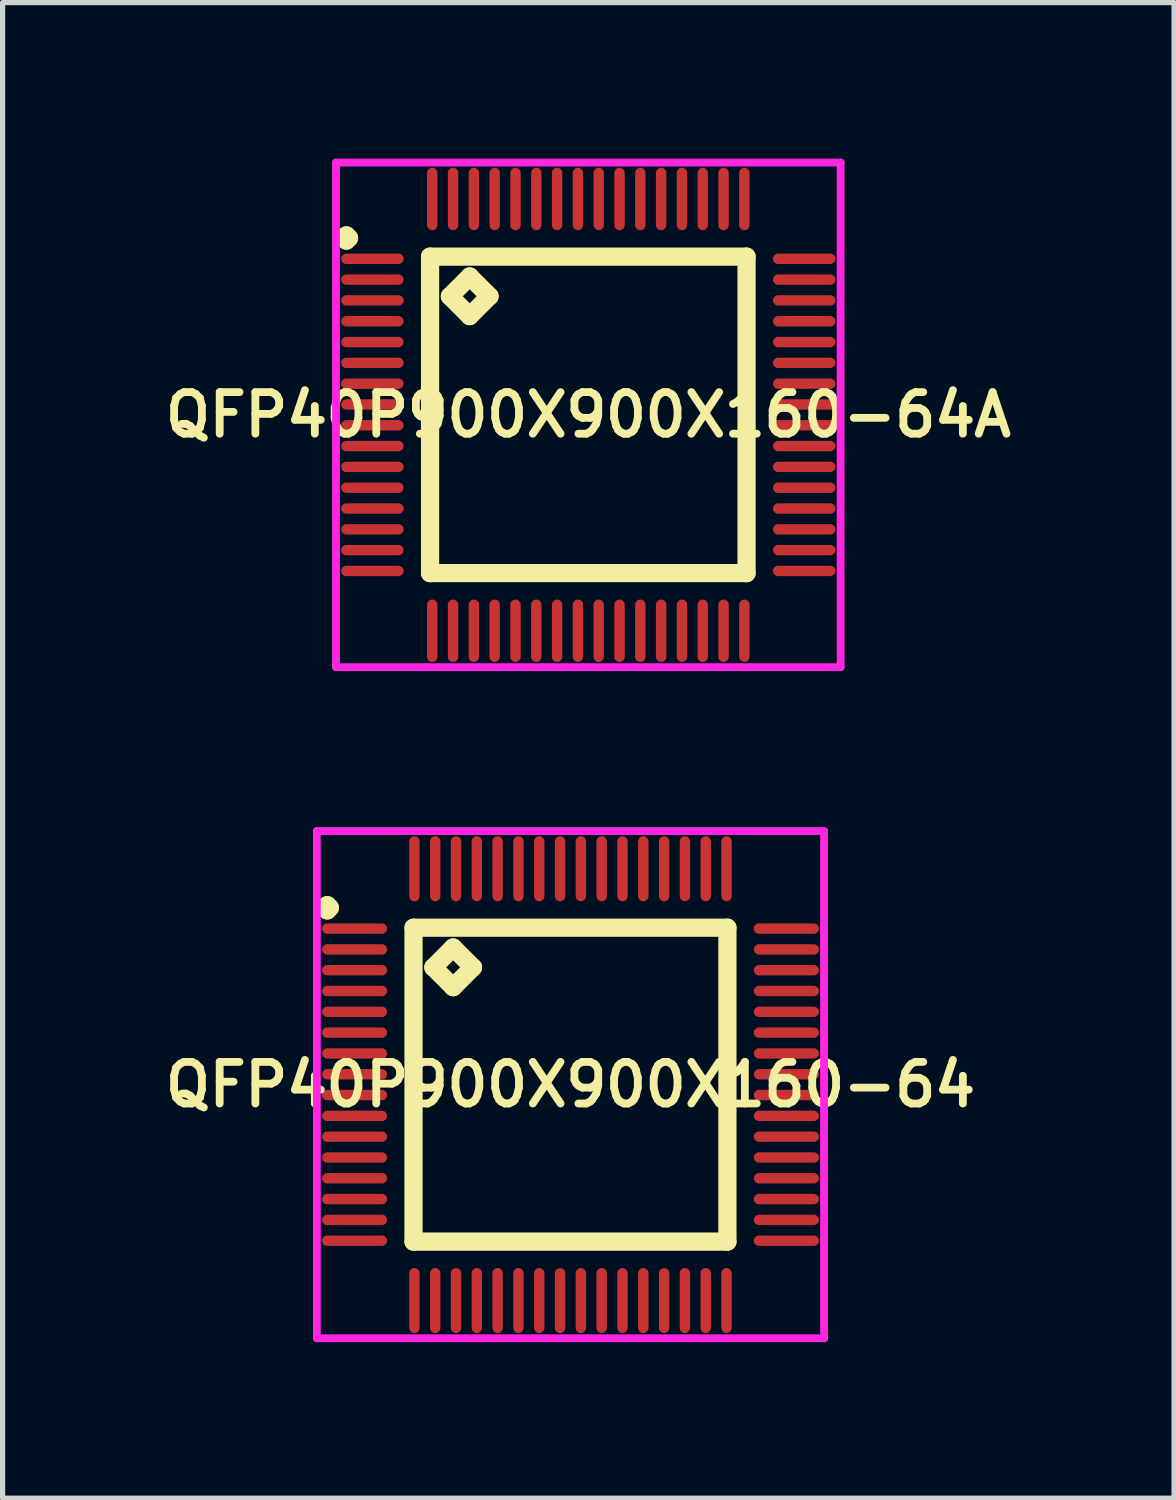
<source format=kicad_pcb>
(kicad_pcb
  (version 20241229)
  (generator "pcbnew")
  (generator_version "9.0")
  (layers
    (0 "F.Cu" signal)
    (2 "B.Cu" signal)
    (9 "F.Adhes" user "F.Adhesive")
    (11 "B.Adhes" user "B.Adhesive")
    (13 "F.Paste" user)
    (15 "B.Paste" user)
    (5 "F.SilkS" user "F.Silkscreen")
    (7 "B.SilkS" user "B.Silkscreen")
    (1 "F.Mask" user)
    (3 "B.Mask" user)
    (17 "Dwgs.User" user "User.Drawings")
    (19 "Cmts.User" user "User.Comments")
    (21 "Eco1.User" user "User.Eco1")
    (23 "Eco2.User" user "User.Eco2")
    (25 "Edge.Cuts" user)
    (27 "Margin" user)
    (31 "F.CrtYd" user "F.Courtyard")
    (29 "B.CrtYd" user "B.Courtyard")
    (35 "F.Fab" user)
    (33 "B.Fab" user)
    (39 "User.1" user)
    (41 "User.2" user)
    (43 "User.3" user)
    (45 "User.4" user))
  (footprint "QFP40P900X900X160-64A"
    (layer "F.Cu")
    (at 8.259 4.925)
    (property "Reference" "QFP40P900X900X160-64A" (at 0 0 0) (layer "F.SilkS") (effects (font (size 0.8 0.8) (thickness 0.15))))
    (attr smd)
    (fp_line (start -4.7 -3.4) (end -4.65 -3.45) (stroke (width 0.35) (type solid)) (layer "F.SilkS"))
    (fp_line (start -4.65 -3.45) (end -4.6 -3.4) (stroke (width 0.35) (type solid)) (layer "F.SilkS"))
    (fp_line (start -4.65 -3.35) (end -4.7 -3.4) (stroke (width 0.35) (type solid)) (layer "F.SilkS"))
    (fp_line (start -4.6 -3.4) (end -4.65 -3.35) (stroke (width 0.35) (type solid)) (layer "F.SilkS"))
    (fp_line (start -3.042 -3.042) (end -3.042 3.042) (stroke (width 0.35) (type solid)) (layer "F.SilkS"))
    (fp_line (start -3.042 3.042) (end 3.042 3.042) (stroke (width 0.35) (type solid)) (layer "F.SilkS"))
    (fp_line (start -2.661 -2.28) (end -2.28 -2.661) (stroke (width 0.35) (type solid)) (layer "F.SilkS"))
    (fp_line (start -2.28 -2.661) (end -1.899 -2.28) (stroke (width 0.35) (type solid)) (layer "F.SilkS"))
    (fp_line (start -2.28 -1.899) (end -2.661 -2.28) (stroke (width 0.35) (type solid)) (layer "F.SilkS"))
    (fp_line (start -1.899 -2.28) (end -2.28 -1.899) (stroke (width 0.35) (type solid)) (layer "F.SilkS"))
    (fp_line (start 3.042 -3.042) (end -3.042 -3.042) (stroke (width 0.35) (type solid)) (layer "F.SilkS"))
    (fp_line (start 3.042 3.042) (end 3.042 -3.042) (stroke (width 0.35) (type solid)) (layer "F.SilkS"))
    (fp_line (start -4.85 -4.85) (end 4.85 -4.85) (stroke (width 0.15) (type solid)) (layer "F.CrtYd"))
    (fp_line (start -4.85 4.85) (end -4.85 -4.85) (stroke (width 0.15) (type solid)) (layer "F.CrtYd"))
    (fp_line (start 4.85 -4.85) (end 4.85 4.85) (stroke (width 0.15) (type solid)) (layer "F.CrtYd"))
    (fp_line (start 4.85 4.85) (end -4.85 4.85) (stroke (width 0.15) (type solid)) (layer "F.CrtYd"))
    (pad "1" smd oval (at -4.15 -3) (size 1.2 0.2) (layers "F.Cu" "F.Mask" "F.Paste"))
    (pad "2" smd oval (at -4.15 -2.6) (size 1.2 0.2) (layers "F.Cu" "F.Mask" "F.Paste"))
    (pad "3" smd oval (at -4.15 -2.2) (size 1.2 0.2) (layers "F.Cu" "F.Mask" "F.Paste"))
    (pad "4" smd oval (at -4.15 -1.8) (size 1.2 0.2) (layers "F.Cu" "F.Mask" "F.Paste"))
    (pad "5" smd oval (at -4.15 -1.4) (size 1.2 0.2) (layers "F.Cu" "F.Mask" "F.Paste"))
    (pad "6" smd oval (at -4.15 -1) (size 1.2 0.2) (layers "F.Cu" "F.Mask" "F.Paste"))
    (pad "7" smd oval (at -4.15 -0.6) (size 1.2 0.2) (layers "F.Cu" "F.Mask" "F.Paste"))
    (pad "8" smd oval (at -4.15 -0.2) (size 1.2 0.2) (layers "F.Cu" "F.Mask" "F.Paste"))
    (pad "9" smd oval (at -4.15 0.2) (size 1.2 0.2) (layers "F.Cu" "F.Mask" "F.Paste"))
    (pad "10" smd oval (at -4.15 0.6) (size 1.2 0.2) (layers "F.Cu" "F.Mask" "F.Paste"))
    (pad "11" smd oval (at -4.15 1) (size 1.2 0.2) (layers "F.Cu" "F.Mask" "F.Paste"))
    (pad "12" smd oval (at -4.15 1.4) (size 1.2 0.2) (layers "F.Cu" "F.Mask" "F.Paste"))
    (pad "13" smd oval (at -4.15 1.8) (size 1.2 0.2) (layers "F.Cu" "F.Mask" "F.Paste"))
    (pad "14" smd oval (at -4.15 2.2) (size 1.2 0.2) (layers "F.Cu" "F.Mask" "F.Paste"))
    (pad "15" smd oval (at -4.15 2.6) (size 1.2 0.2) (layers "F.Cu" "F.Mask" "F.Paste"))
    (pad "16" smd oval (at -4.15 3) (size 1.2 0.2) (layers "F.Cu" "F.Mask" "F.Paste"))
    (pad "17" smd oval (at -3 4.15) (size 0.2 1.2) (layers "F.Cu" "F.Mask" "F.Paste"))
    (pad "18" smd oval (at -2.6 4.15) (size 0.2 1.2) (layers "F.Cu" "F.Mask" "F.Paste"))
    (pad "19" smd oval (at -2.2 4.15) (size 0.2 1.2) (layers "F.Cu" "F.Mask" "F.Paste"))
    (pad "20" smd oval (at -1.8 4.15) (size 0.2 1.2) (layers "F.Cu" "F.Mask" "F.Paste"))
    (pad "21" smd oval (at -1.4 4.15) (size 0.2 1.2) (layers "F.Cu" "F.Mask" "F.Paste"))
    (pad "22" smd oval (at -1 4.15) (size 0.2 1.2) (layers "F.Cu" "F.Mask" "F.Paste"))
    (pad "23" smd oval (at -0.6 4.15) (size 0.2 1.2) (layers "F.Cu" "F.Mask" "F.Paste"))
    (pad "24" smd oval (at -0.2 4.15) (size 0.2 1.2) (layers "F.Cu" "F.Mask" "F.Paste"))
    (pad "25" smd oval (at 0.2 4.15) (size 0.2 1.2) (layers "F.Cu" "F.Mask" "F.Paste"))
    (pad "26" smd oval (at 0.6 4.15) (size 0.2 1.2) (layers "F.Cu" "F.Mask" "F.Paste"))
    (pad "27" smd oval (at 1 4.15) (size 0.2 1.2) (layers "F.Cu" "F.Mask" "F.Paste"))
    (pad "28" smd oval (at 1.4 4.15) (size 0.2 1.2) (layers "F.Cu" "F.Mask" "F.Paste"))
    (pad "29" smd oval (at 1.8 4.15) (size 0.2 1.2) (layers "F.Cu" "F.Mask" "F.Paste"))
    (pad "30" smd oval (at 2.2 4.15) (size 0.2 1.2) (layers "F.Cu" "F.Mask" "F.Paste"))
    (pad "31" smd oval (at 2.6 4.15) (size 0.2 1.2) (layers "F.Cu" "F.Mask" "F.Paste"))
    (pad "32" smd oval (at 3 4.15) (size 0.2 1.2) (layers "F.Cu" "F.Mask" "F.Paste"))
    (pad "33" smd oval (at 4.15 3) (size 1.2 0.2) (layers "F.Cu" "F.Mask" "F.Paste"))
    (pad "34" smd oval (at 4.15 2.6) (size 1.2 0.2) (layers "F.Cu" "F.Mask" "F.Paste"))
    (pad "35" smd oval (at 4.15 2.2) (size 1.2 0.2) (layers "F.Cu" "F.Mask" "F.Paste"))
    (pad "36" smd oval (at 4.15 1.8) (size 1.2 0.2) (layers "F.Cu" "F.Mask" "F.Paste"))
    (pad "37" smd oval (at 4.15 1.4) (size 1.2 0.2) (layers "F.Cu" "F.Mask" "F.Paste"))
    (pad "38" smd oval (at 4.15 1) (size 1.2 0.2) (layers "F.Cu" "F.Mask" "F.Paste"))
    (pad "39" smd oval (at 4.15 0.6) (size 1.2 0.2) (layers "F.Cu" "F.Mask" "F.Paste"))
    (pad "40" smd oval (at 4.15 0.2) (size 1.2 0.2) (layers "F.Cu" "F.Mask" "F.Paste"))
    (pad "41" smd oval (at 4.15 -0.2) (size 1.2 0.2) (layers "F.Cu" "F.Mask" "F.Paste"))
    (pad "42" smd oval (at 4.15 -0.6) (size 1.2 0.2) (layers "F.Cu" "F.Mask" "F.Paste"))
    (pad "43" smd oval (at 4.15 -1) (size 1.2 0.2) (layers "F.Cu" "F.Mask" "F.Paste"))
    (pad "44" smd oval (at 4.15 -1.4) (size 1.2 0.2) (layers "F.Cu" "F.Mask" "F.Paste"))
    (pad "45" smd oval (at 4.15 -1.8) (size 1.2 0.2) (layers "F.Cu" "F.Mask" "F.Paste"))
    (pad "46" smd oval (at 4.15 -2.2) (size 1.2 0.2) (layers "F.Cu" "F.Mask" "F.Paste"))
    (pad "47" smd oval (at 4.15 -2.6) (size 1.2 0.2) (layers "F.Cu" "F.Mask" "F.Paste"))
    (pad "48" smd oval (at 4.15 -3) (size 1.2 0.2) (layers "F.Cu" "F.Mask" "F.Paste"))
    (pad "49" smd oval (at 3 -4.15) (size 0.2 1.2) (layers "F.Cu" "F.Mask" "F.Paste"))
    (pad "50" smd oval (at 2.6 -4.15) (size 0.2 1.2) (layers "F.Cu" "F.Mask" "F.Paste"))
    (pad "51" smd oval (at 2.2 -4.15) (size 0.2 1.2) (layers "F.Cu" "F.Mask" "F.Paste"))
    (pad "52" smd oval (at 1.8 -4.15) (size 0.2 1.2) (layers "F.Cu" "F.Mask" "F.Paste"))
    (pad "53" smd oval (at 1.4 -4.15) (size 0.2 1.2) (layers "F.Cu" "F.Mask" "F.Paste"))
    (pad "54" smd oval (at 1 -4.15) (size 0.2 1.2) (layers "F.Cu" "F.Mask" "F.Paste"))
    (pad "55" smd oval (at 0.6 -4.15) (size 0.2 1.2) (layers "F.Cu" "F.Mask" "F.Paste"))
    (pad "56" smd oval (at 0.2 -4.15) (size 0.2 1.2) (layers "F.Cu" "F.Mask" "F.Paste"))
    (pad "57" smd oval (at -0.2 -4.15) (size 0.2 1.2) (layers "F.Cu" "F.Mask" "F.Paste"))
    (pad "58" smd oval (at -0.6 -4.15) (size 0.2 1.2) (layers "F.Cu" "F.Mask" "F.Paste"))
    (pad "59" smd oval (at -1 -4.15) (size 0.2 1.2) (layers "F.Cu" "F.Mask" "F.Paste"))
    (pad "60" smd oval (at -1.4 -4.15) (size 0.2 1.2) (layers "F.Cu" "F.Mask" "F.Paste"))
    (pad "61" smd oval (at -1.8 -4.15) (size 0.2 1.2) (layers "F.Cu" "F.Mask" "F.Paste"))
    (pad "62" smd oval (at -2.2 -4.15) (size 0.2 1.2) (layers "F.Cu" "F.Mask" "F.Paste"))
    (pad "63" smd oval (at -2.6 -4.15) (size 0.2 1.2) (layers "F.Cu" "F.Mask" "F.Paste"))
    (pad "64" smd oval (at -3 -4.15) (size 0.2 1.2) (layers "F.Cu" "F.Mask" "F.Paste")))
  (footprint "QFP40P900X900X160-64"
    (layer "F.Cu")
    (at 7.916 17.8)
    (property "Reference" "QFP40P900X900X160-64" (at 0 0 0) (layer "F.SilkS") (effects (font (size 0.8 0.8) (thickness 0.15))))
    (attr through_hole)
    (fp_line (start -4.725 -3.4) (end -4.675 -3.45) (stroke (width 0.35) (type solid)) (layer "F.SilkS"))
    (fp_line (start -4.675 -3.45) (end -4.625 -3.4) (stroke (width 0.35) (type solid)) (layer "F.SilkS"))
    (fp_line (start -4.675 -3.35) (end -4.725 -3.4) (stroke (width 0.35) (type solid)) (layer "F.SilkS"))
    (fp_line (start -4.625 -3.4) (end -4.675 -3.35) (stroke (width 0.35) (type solid)) (layer "F.SilkS"))
    (fp_line (start -3.017 -3.017) (end -3.017 3.017) (stroke (width 0.35) (type solid)) (layer "F.SilkS"))
    (fp_line (start -3.017 3.017) (end 3.017 3.017) (stroke (width 0.35) (type solid)) (layer "F.SilkS"))
    (fp_line (start -2.636 -2.255) (end -2.255 -2.636) (stroke (width 0.35) (type solid)) (layer "F.SilkS"))
    (fp_line (start -2.255 -2.636) (end -1.874 -2.255) (stroke (width 0.35) (type solid)) (layer "F.SilkS"))
    (fp_line (start -2.255 -1.874) (end -2.636 -2.255) (stroke (width 0.35) (type solid)) (layer "F.SilkS"))
    (fp_line (start -1.874 -2.255) (end -2.255 -1.874) (stroke (width 0.35) (type solid)) (layer "F.SilkS"))
    (fp_line (start 3.017 -3.017) (end -3.017 -3.017) (stroke (width 0.35) (type solid)) (layer "F.SilkS"))
    (fp_line (start 3.017 3.017) (end 3.017 -3.017) (stroke (width 0.35) (type solid)) (layer "F.SilkS"))
    (fp_line (start -4.875 -4.875) (end 4.875 -4.875) (stroke (width 0.15) (type solid)) (layer "F.CrtYd"))
    (fp_line (start -4.875 4.875) (end -4.875 -4.875) (stroke (width 0.15) (type solid)) (layer "F.CrtYd"))
    (fp_line (start 4.875 -4.875) (end 4.875 4.875) (stroke (width 0.15) (type solid)) (layer "F.CrtYd"))
    (fp_line (start 4.875 4.875) (end -4.875 4.875) (stroke (width 0.15) (type solid)) (layer "F.CrtYd"))
    (pad "1" smd oval (at -4.15 -3) (size 1.25 0.2) (layers "F.Cu" "F.Mask" "F.Paste"))
    (pad "2" smd oval (at -4.15 -2.6) (size 1.25 0.2) (layers "F.Cu" "F.Mask" "F.Paste"))
    (pad "3" smd oval (at -4.15 -2.2) (size 1.25 0.2) (layers "F.Cu" "F.Mask" "F.Paste"))
    (pad "4" smd oval (at -4.15 -1.8) (size 1.25 0.2) (layers "F.Cu" "F.Mask" "F.Paste"))
    (pad "5" smd oval (at -4.15 -1.4) (size 1.25 0.2) (layers "F.Cu" "F.Mask" "F.Paste"))
    (pad "6" smd oval (at -4.15 -1) (size 1.25 0.2) (layers "F.Cu" "F.Mask" "F.Paste"))
    (pad "7" smd oval (at -4.15 -0.6) (size 1.25 0.2) (layers "F.Cu" "F.Mask" "F.Paste"))
    (pad "8" smd oval (at -4.15 -0.2) (size 1.25 0.2) (layers "F.Cu" "F.Mask" "F.Paste"))
    (pad "9" smd oval (at -4.15 0.2) (size 1.25 0.2) (layers "F.Cu" "F.Mask" "F.Paste"))
    (pad "10" smd oval (at -4.15 0.6) (size 1.25 0.2) (layers "F.Cu" "F.Mask" "F.Paste"))
    (pad "11" smd oval (at -4.15 1) (size 1.25 0.2) (layers "F.Cu" "F.Mask" "F.Paste"))
    (pad "12" smd oval (at -4.15 1.4) (size 1.25 0.2) (layers "F.Cu" "F.Mask" "F.Paste"))
    (pad "13" smd oval (at -4.15 1.8) (size 1.25 0.2) (layers "F.Cu" "F.Mask" "F.Paste"))
    (pad "14" smd oval (at -4.15 2.2) (size 1.25 0.2) (layers "F.Cu" "F.Mask" "F.Paste"))
    (pad "15" smd oval (at -4.15 2.6) (size 1.25 0.2) (layers "F.Cu" "F.Mask" "F.Paste"))
    (pad "16" smd oval (at -4.15 3) (size 1.25 0.2) (layers "F.Cu" "F.Mask" "F.Paste"))
    (pad "17" smd oval (at -3 4.15) (size 0.2 1.25) (layers "F.Cu" "F.Mask" "F.Paste"))
    (pad "18" smd oval (at -2.6 4.15) (size 0.2 1.25) (layers "F.Cu" "F.Mask" "F.Paste"))
    (pad "19" smd oval (at -2.2 4.15) (size 0.2 1.25) (layers "F.Cu" "F.Mask" "F.Paste"))
    (pad "20" smd oval (at -1.8 4.15) (size 0.2 1.25) (layers "F.Cu" "F.Mask" "F.Paste"))
    (pad "21" smd oval (at -1.4 4.15) (size 0.2 1.25) (layers "F.Cu" "F.Mask" "F.Paste"))
    (pad "22" smd oval (at -1 4.15) (size 0.2 1.25) (layers "F.Cu" "F.Mask" "F.Paste"))
    (pad "23" smd oval (at -0.6 4.15) (size 0.2 1.25) (layers "F.Cu" "F.Mask" "F.Paste"))
    (pad "24" smd oval (at -0.2 4.15) (size 0.2 1.25) (layers "F.Cu" "F.Mask" "F.Paste"))
    (pad "25" smd oval (at 0.2 4.15) (size 0.2 1.25) (layers "F.Cu" "F.Mask" "F.Paste"))
    (pad "26" smd oval (at 0.6 4.15) (size 0.2 1.25) (layers "F.Cu" "F.Mask" "F.Paste"))
    (pad "27" smd oval (at 1 4.15) (size 0.2 1.25) (layers "F.Cu" "F.Mask" "F.Paste"))
    (pad "28" smd oval (at 1.4 4.15) (size 0.2 1.25) (layers "F.Cu" "F.Mask" "F.Paste"))
    (pad "29" smd oval (at 1.8 4.15) (size 0.2 1.25) (layers "F.Cu" "F.Mask" "F.Paste"))
    (pad "30" smd oval (at 2.2 4.15) (size 0.2 1.25) (layers "F.Cu" "F.Mask" "F.Paste"))
    (pad "31" smd oval (at 2.6 4.15) (size 0.2 1.25) (layers "F.Cu" "F.Mask" "F.Paste"))
    (pad "32" smd oval (at 3 4.15) (size 0.2 1.25) (layers "F.Cu" "F.Mask" "F.Paste"))
    (pad "33" smd oval (at 4.15 3) (size 1.25 0.2) (layers "F.Cu" "F.Mask" "F.Paste"))
    (pad "34" smd oval (at 4.15 2.6) (size 1.25 0.2) (layers "F.Cu" "F.Mask" "F.Paste"))
    (pad "35" smd oval (at 4.15 2.2) (size 1.25 0.2) (layers "F.Cu" "F.Mask" "F.Paste"))
    (pad "36" smd oval (at 4.15 1.8) (size 1.25 0.2) (layers "F.Cu" "F.Mask" "F.Paste"))
    (pad "37" smd oval (at 4.15 1.4) (size 1.25 0.2) (layers "F.Cu" "F.Mask" "F.Paste"))
    (pad "38" smd oval (at 4.15 1) (size 1.25 0.2) (layers "F.Cu" "F.Mask" "F.Paste"))
    (pad "39" smd oval (at 4.15 0.6) (size 1.25 0.2) (layers "F.Cu" "F.Mask" "F.Paste"))
    (pad "40" smd oval (at 4.15 0.2) (size 1.25 0.2) (layers "F.Cu" "F.Mask" "F.Paste"))
    (pad "41" smd oval (at 4.15 -0.2) (size 1.25 0.2) (layers "F.Cu" "F.Mask" "F.Paste"))
    (pad "42" smd oval (at 4.15 -0.6) (size 1.25 0.2) (layers "F.Cu" "F.Mask" "F.Paste"))
    (pad "43" smd oval (at 4.15 -1) (size 1.25 0.2) (layers "F.Cu" "F.Mask" "F.Paste"))
    (pad "44" smd oval (at 4.15 -1.4) (size 1.25 0.2) (layers "F.Cu" "F.Mask" "F.Paste"))
    (pad "45" smd oval (at 4.15 -1.8) (size 1.25 0.2) (layers "F.Cu" "F.Mask" "F.Paste"))
    (pad "46" smd oval (at 4.15 -2.2) (size 1.25 0.2) (layers "F.Cu" "F.Mask" "F.Paste"))
    (pad "47" smd oval (at 4.15 -2.6) (size 1.25 0.2) (layers "F.Cu" "F.Mask" "F.Paste"))
    (pad "48" smd oval (at 4.15 -3) (size 1.25 0.2) (layers "F.Cu" "F.Mask" "F.Paste"))
    (pad "49" smd oval (at 3 -4.15) (size 0.2 1.25) (layers "F.Cu" "F.Mask" "F.Paste"))
    (pad "50" smd oval (at 2.6 -4.15) (size 0.2 1.25) (layers "F.Cu" "F.Mask" "F.Paste"))
    (pad "51" smd oval (at 2.2 -4.15) (size 0.2 1.25) (layers "F.Cu" "F.Mask" "F.Paste"))
    (pad "52" smd oval (at 1.8 -4.15) (size 0.2 1.25) (layers "F.Cu" "F.Mask" "F.Paste"))
    (pad "53" smd oval (at 1.4 -4.15) (size 0.2 1.25) (layers "F.Cu" "F.Mask" "F.Paste"))
    (pad "54" smd oval (at 1 -4.15) (size 0.2 1.25) (layers "F.Cu" "F.Mask" "F.Paste"))
    (pad "55" smd oval (at 0.6 -4.15) (size 0.2 1.25) (layers "F.Cu" "F.Mask" "F.Paste"))
    (pad "56" smd oval (at 0.2 -4.15) (size 0.2 1.25) (layers "F.Cu" "F.Mask" "F.Paste"))
    (pad "57" smd oval (at -0.2 -4.15) (size 0.2 1.25) (layers "F.Cu" "F.Mask" "F.Paste"))
    (pad "58" smd oval (at -0.6 -4.15) (size 0.2 1.25) (layers "F.Cu" "F.Mask" "F.Paste"))
    (pad "59" smd oval (at -1 -4.15) (size 0.2 1.25) (layers "F.Cu" "F.Mask" "F.Paste"))
    (pad "60" smd oval (at -1.4 -4.15) (size 0.2 1.25) (layers "F.Cu" "F.Mask" "F.Paste"))
    (pad "61" smd oval (at -1.8 -4.15) (size 0.2 1.25) (layers "F.Cu" "F.Mask" "F.Paste"))
    (pad "62" smd oval (at -2.2 -4.15) (size 0.2 1.25) (layers "F.Cu" "F.Mask" "F.Paste"))
    (pad "63" smd oval (at -2.6 -4.15) (size 0.2 1.25) (layers "F.Cu" "F.Mask" "F.Paste"))
    (pad "64" smd oval (at -3 -4.15) (size 0.2 1.25) (layers "F.Cu" "F.Mask" "F.Paste")))
  (gr_rect
    (start -3 -3)
    (end 19.519 25.75)
    (stroke (width 0.1) (type default))
    (fill no)
    (layer "Edge.Cuts")))
</source>
